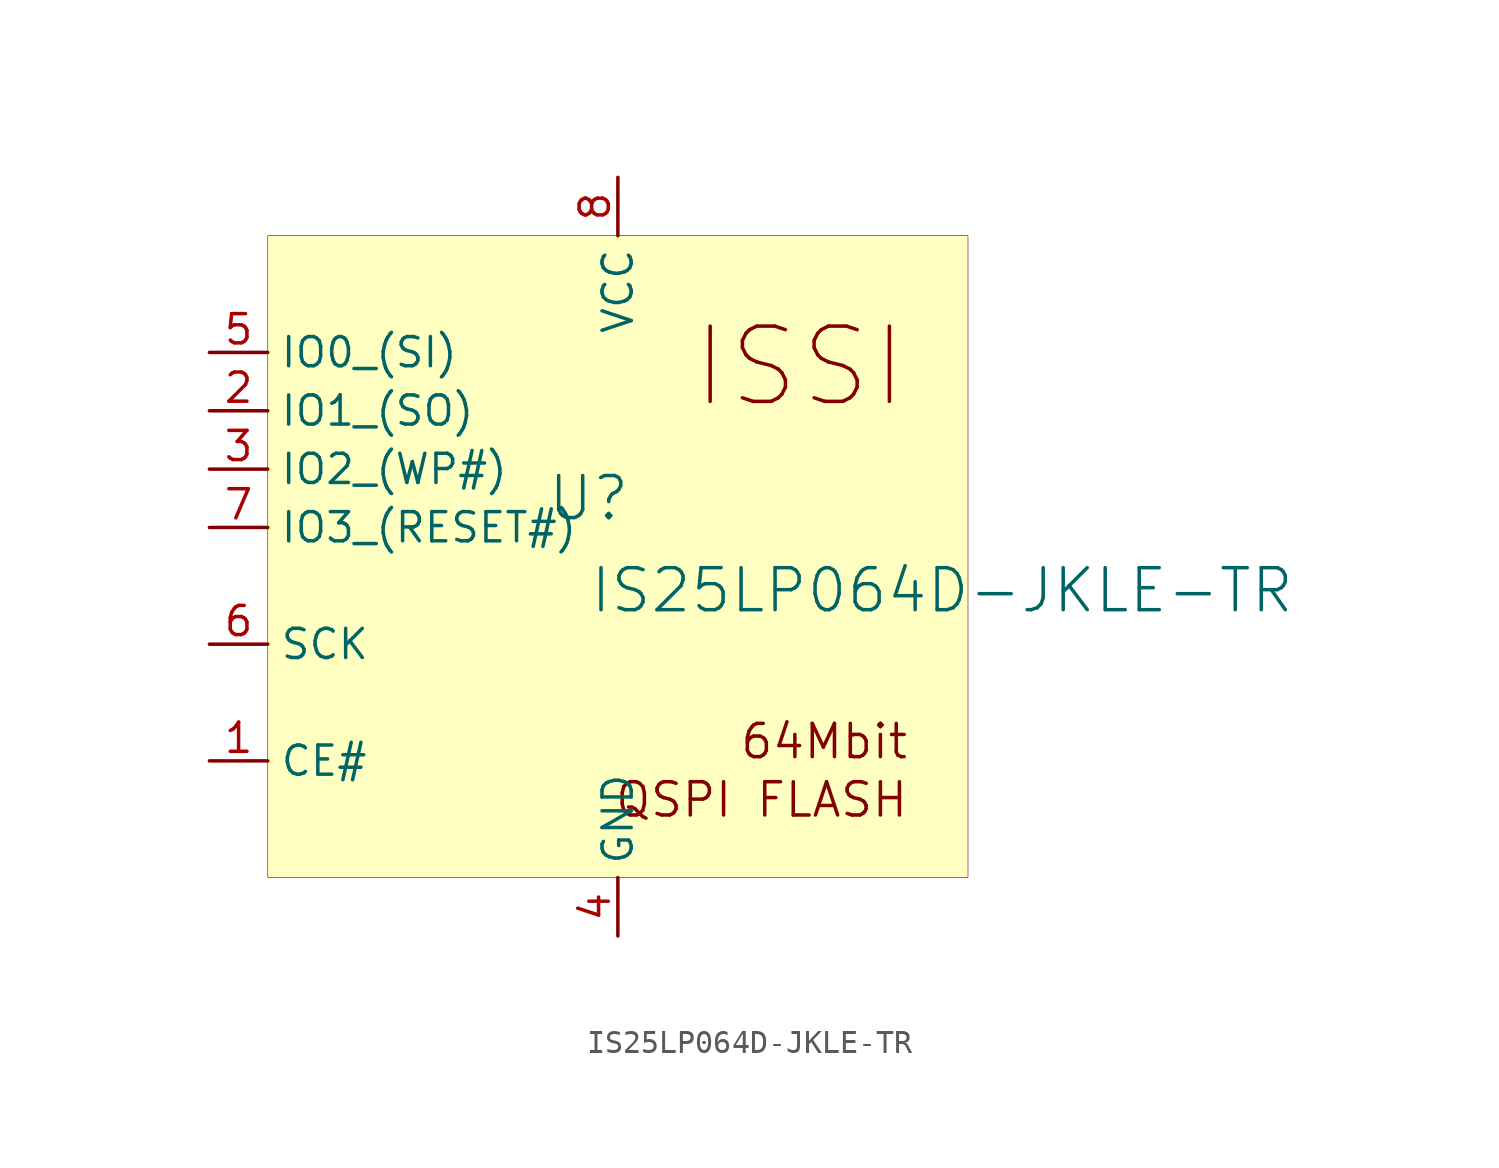
<source format=kicad_sym>
(kicad_symbol_lib
  (version 20231120)
  (generator "kicad_symbol_editor")
  (generator_version "8.0")
  (symbol "IS25LP064D-JKLE-TR"
    (property "Reference" "U"
      (at -1.27 1.27 0)
      (effects (font (size 1.829 1.829))))
    (property "Value" "IS25LP064D-JKLE-TR"
      (at -1.27 -3.81 0)
      (effects (font (size 1.829 1.829)) (justify left bottom)))
    (symbol "IS25LP064D-JKLE-TR_1_0"
      (rectangle (start 15.24 12.7) (end -15.24 -15.24) (stroke (width 0.025) (type solid) (color 128 0 0 1)) (fill (type background)))
      (text "64Mbit" (at 12.7 -10.16 0) (effects (font (size 1.448 1.448)) (justify right bottom)))
      (text "ISSI" (at 12.7 5.08 0) (effects (font (size 3.277 3.277)) (justify right bottom)))
      (text "QSPI FLASH" (at 12.7 -12.7 0) (effects (font (size 1.448 1.448)) (justify right bottom)))
      (pin input line (at -17.78 -10.16 0) (length 2.54) (name "CE#" (effects (font (size 1.27 1.27)))) (number "1" (effects (font (size 1.27 1.27)))))
      (pin bidirectional line (at -17.78 5.08 0) (length 2.54) (name "IO1_(SO)" (effects (font (size 1.27 1.27)))) (number "2" (effects (font (size 1.27 1.27)))))
      (pin bidirectional line (at -17.78 2.54 0) (length 2.54) (name "IO2_(WP#)" (effects (font (size 1.27 1.27)))) (number "3" (effects (font (size 1.27 1.27)))))
      (pin power_in line (at 0 -17.78 90) (length 2.54) (name "GND" (effects (font (size 1.27 1.27)))) (number "4" (effects (font (size 1.27 1.27)))))
      (pin bidirectional line (at -17.78 7.62 0) (length 2.54) (name "IO0_(SI)" (effects (font (size 1.27 1.27)))) (number "5" (effects (font (size 1.27 1.27)))))
      (pin input line (at -17.78 -5.08 0) (length 2.54) (name "SCK" (effects (font (size 1.27 1.27)))) (number "6" (effects (font (size 1.27 1.27)))))
      (pin bidirectional line (at -17.78 0 0) (length 2.54) (name "IO3_(RESET#)" (effects (font (size 1.27 1.27)))) (number "7" (effects (font (size 1.27 1.27)))))
      (pin passive line (at 0 15.24 270) (length 2.54) (name "VCC" (effects (font (size 1.27 1.27)))) (number "8" (effects (font (size 1.27 1.27))))))))
</source>
